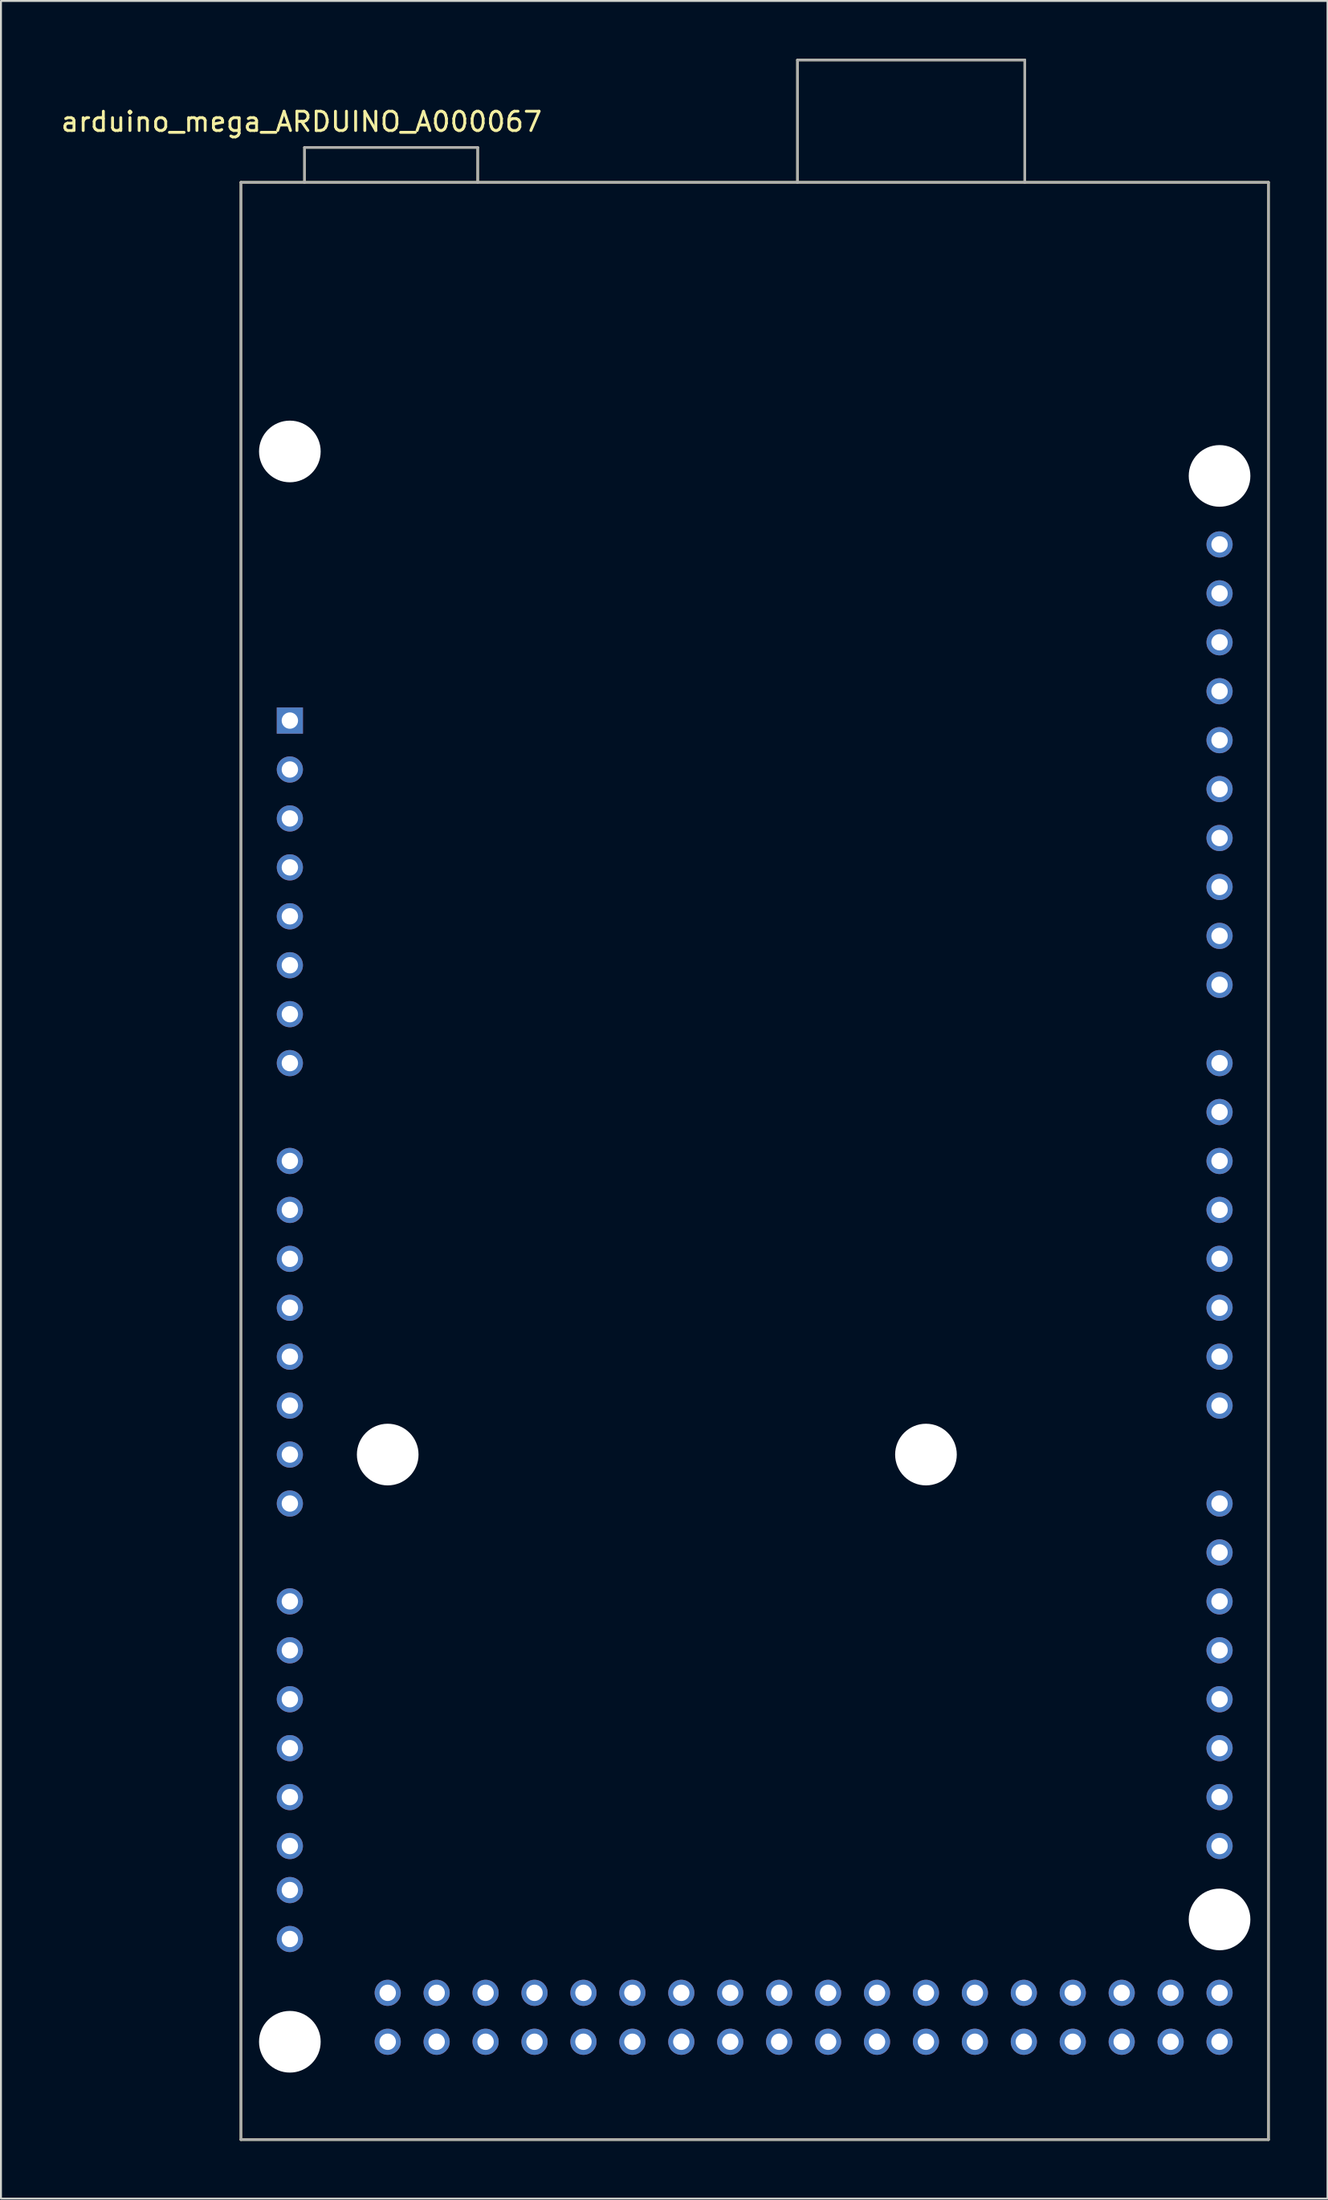
<source format=kicad_pcb>
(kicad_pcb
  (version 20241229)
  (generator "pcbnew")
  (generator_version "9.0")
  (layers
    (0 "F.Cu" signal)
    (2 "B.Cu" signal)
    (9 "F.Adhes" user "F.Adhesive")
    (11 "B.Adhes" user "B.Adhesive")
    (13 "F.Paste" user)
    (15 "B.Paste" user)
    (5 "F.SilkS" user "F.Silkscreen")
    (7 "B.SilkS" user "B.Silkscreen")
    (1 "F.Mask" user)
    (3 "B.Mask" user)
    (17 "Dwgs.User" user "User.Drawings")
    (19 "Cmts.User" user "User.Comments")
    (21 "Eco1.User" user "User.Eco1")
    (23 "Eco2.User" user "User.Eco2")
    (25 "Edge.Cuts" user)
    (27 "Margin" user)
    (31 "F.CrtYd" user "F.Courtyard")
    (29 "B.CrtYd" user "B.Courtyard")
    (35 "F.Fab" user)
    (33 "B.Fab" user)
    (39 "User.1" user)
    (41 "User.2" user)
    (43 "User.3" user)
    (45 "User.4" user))
  (footprint "arduino_mega_ARDUINO_A000067"
    (layer "F.Cu")
    (at 36.126 57.214)
    (property "Reference" "arduino_mega_ARDUINO_A000067" (at -23.525 -53.945 0) (layer "F.SilkS") (effects (font (size 1 1) (thickness 0.15))))
    (attr through_hole)
    (fp_line (start -26.67 -50.8) (end -23.37 -50.8) (stroke (width 0.127) (type solid)) (layer "F.SilkS"))
    (fp_line (start -26.67 50.8) (end -26.67 -50.8) (stroke (width 0.127) (type solid)) (layer "F.SilkS"))
    (fp_line (start -23.37 -52.61) (end -14.378 -52.61) (stroke (width 0.127) (type solid)) (layer "F.SilkS"))
    (fp_line (start -23.37 -50.8) (end -23.37 -52.61) (stroke (width 0.127) (type solid)) (layer "F.SilkS"))
    (fp_line (start -23.37 -50.8) (end -14.378 -50.8) (stroke (width 0.127) (type solid)) (layer "F.SilkS"))
    (fp_line (start -14.378 -52.61) (end -14.378 -50.8) (stroke (width 0.127) (type solid)) (layer "F.SilkS"))
    (fp_line (start -14.378 -50.8) (end 2.22 -50.8) (stroke (width 0.127) (type solid)) (layer "F.SilkS"))
    (fp_line (start 2.22 -57.15) (end 2.22 -50.8) (stroke (width 0.127) (type solid)) (layer "F.SilkS"))
    (fp_line (start 2.22 -50.8) (end 14.02 -50.8) (stroke (width 0.127) (type solid)) (layer "F.SilkS"))
    (fp_line (start 14.02 -57.15) (end 2.22 -57.15) (stroke (width 0.127) (type solid)) (layer "F.SilkS"))
    (fp_line (start 14.02 -50.8) (end 14.02 -57.15) (stroke (width 0.127) (type solid)) (layer "F.SilkS"))
    (fp_line (start 14.02 -50.8) (end 26.67 -50.8) (stroke (width 0.127) (type solid)) (layer "F.SilkS"))
    (fp_line (start 26.67 -50.8) (end 26.67 50.8) (stroke (width 0.127) (type solid)) (layer "F.SilkS"))
    (fp_line (start 26.67 50.8) (end -26.67 50.8) (stroke (width 0.127) (type solid)) (layer "F.SilkS"))
    (fp_line (start -26.67 -50.8) (end -23.37 -50.8) (stroke (width 0.127) (type solid)) (layer "F.Fab"))
    (fp_line (start -26.67 50.8) (end -26.67 -50.8) (stroke (width 0.127) (type solid)) (layer "F.Fab"))
    (fp_line (start -23.37 -52.61) (end -14.378 -52.61) (stroke (width 0.127) (type solid)) (layer "F.Fab"))
    (fp_line (start -23.37 -50.8) (end -23.37 -52.61) (stroke (width 0.127) (type solid)) (layer "F.Fab"))
    (fp_line (start -23.37 -50.8) (end -14.378 -50.8) (stroke (width 0.127) (type solid)) (layer "F.Fab"))
    (fp_line (start -14.378 -52.61) (end -14.378 -50.8) (stroke (width 0.127) (type solid)) (layer "F.Fab"))
    (fp_line (start -14.378 -50.8) (end 2.22 -50.8) (stroke (width 0.127) (type solid)) (layer "F.Fab"))
    (fp_line (start 2.22 -57.15) (end 2.22 -50.8) (stroke (width 0.127) (type solid)) (layer "F.Fab"))
    (fp_line (start 2.22 -50.8) (end 14.02 -50.8) (stroke (width 0.127) (type solid)) (layer "F.Fab"))
    (fp_line (start 14.02 -57.15) (end 2.22 -57.15) (stroke (width 0.127) (type solid)) (layer "F.Fab"))
    (fp_line (start 14.02 -50.8) (end 14.02 -57.15) (stroke (width 0.127) (type solid)) (layer "F.Fab"))
    (fp_line (start 14.02 -50.8) (end 26.67 -50.8) (stroke (width 0.127) (type solid)) (layer "F.Fab"))
    (fp_line (start 26.67 -50.8) (end 26.67 50.8) (stroke (width 0.127) (type solid)) (layer "F.Fab"))
    (fp_line (start 26.67 50.8) (end -26.67 50.8) (stroke (width 0.127) (type solid)) (layer "F.Fab"))
    (pad "" np_thru_hole circle (at -24.13 -36.83) (size 3.2 3.2) (drill 3.2) (layers "*.Cu" "*.Mask"))
    (pad "" np_thru_hole circle (at -24.13 45.72) (size 3.2 3.2) (drill 3.2) (layers "*.Cu" "*.Mask"))
    (pad "" np_thru_hole circle (at -19.05 15.24) (size 3.2 3.2) (drill 3.2) (layers "*.Cu" "*.Mask"))
    (pad "" np_thru_hole circle (at 8.89 15.24) (size 3.2 3.2) (drill 3.2) (layers "*.Cu" "*.Mask"))
    (pad "" np_thru_hole circle (at 24.13 -35.56) (size 3.2 3.2) (drill 3.2) (layers "*.Cu" "*.Mask"))
    (pad "" np_thru_hole circle (at 24.13 39.37) (size 3.2 3.2) (drill 3.2) (layers "*.Cu" "*.Mask"))
    (pad "0" thru_hole circle (at 24.13 12.7) (size 1.358 1.358) (drill 0.85) (layers "*.Cu" "*.Mask"))
    (pad "1" thru_hole circle (at 24.13 10.16) (size 1.358 1.358) (drill 0.85) (layers "*.Cu" "*.Mask"))
    (pad "2" thru_hole circle (at 24.13 7.62) (size 1.358 1.358) (drill 0.85) (layers "*.Cu" "*.Mask"))
    (pad "3" thru_hole circle (at 24.13 5.08) (size 1.358 1.358) (drill 0.85) (layers "*.Cu" "*.Mask"))
    (pad "3V3" thru_hole circle (at -24.13 -15.24) (size 1.358 1.358) (drill 0.85) (layers "*.Cu" "*.Mask"))
    (pad "4" thru_hole circle (at 24.13 2.54) (size 1.358 1.358) (drill 0.85) (layers "*.Cu" "*.Mask"))
    (pad "5" thru_hole circle (at 24.13 0) (size 1.358 1.358) (drill 0.85) (layers "*.Cu" "*.Mask"))
    (pad "5V_1" thru_hole circle (at -24.13 -12.7) (size 1.358 1.358) (drill 0.85) (layers "*.Cu" "*.Mask"))
    (pad "5V_2" thru_hole circle (at 24.13 43.18) (size 1.358 1.358) (drill 0.85) (layers "*.Cu" "*.Mask"))
    (pad "5V_3" thru_hole circle (at 24.13 45.72) (size 1.358 1.358) (drill 0.85) (layers "*.Cu" "*.Mask"))
    (pad "6" thru_hole circle (at 24.13 -2.54) (size 1.358 1.358) (drill 0.85) (layers "*.Cu" "*.Mask"))
    (pad "7" thru_hole circle (at 24.13 -5.08) (size 1.358 1.358) (drill 0.85) (layers "*.Cu" "*.Mask"))
    (pad "8" thru_hole circle (at 24.13 -9.144) (size 1.358 1.358) (drill 0.85) (layers "*.Cu" "*.Mask"))
    (pad "9" thru_hole circle (at 24.13 -11.684) (size 1.358 1.358) (drill 0.85) (layers "*.Cu" "*.Mask"))
    (pad "10" thru_hole circle (at 24.13 -14.224) (size 1.358 1.358) (drill 0.85) (layers "*.Cu" "*.Mask"))
    (pad "11" thru_hole circle (at 24.13 -16.764) (size 1.358 1.358) (drill 0.85) (layers "*.Cu" "*.Mask"))
    (pad "12" thru_hole circle (at 24.13 -19.304) (size 1.358 1.358) (drill 0.85) (layers "*.Cu" "*.Mask"))
    (pad "13" thru_hole circle (at 24.13 -21.844) (size 1.358 1.358) (drill 0.85) (layers "*.Cu" "*.Mask"))
    (pad "14" thru_hole circle (at 24.13 17.78) (size 1.358 1.358) (drill 0.85) (layers "*.Cu" "*.Mask"))
    (pad "15" thru_hole circle (at 24.13 20.32) (size 1.358 1.358) (drill 0.85) (layers "*.Cu" "*.Mask"))
    (pad "16" thru_hole circle (at 24.13 22.86) (size 1.358 1.358) (drill 0.85) (layers "*.Cu" "*.Mask"))
    (pad "17" thru_hole circle (at 24.13 25.4) (size 1.358 1.358) (drill 0.85) (layers "*.Cu" "*.Mask"))
    (pad "18" thru_hole circle (at 24.13 27.94) (size 1.358 1.358) (drill 0.85) (layers "*.Cu" "*.Mask"))
    (pad "19" thru_hole circle (at 24.13 30.48) (size 1.358 1.358) (drill 0.85) (layers "*.Cu" "*.Mask"))
    (pad "20" thru_hole circle (at 24.13 33.02) (size 1.358 1.358) (drill 0.85) (layers "*.Cu" "*.Mask"))
    (pad "21" thru_hole circle (at 24.13 35.56) (size 1.358 1.358) (drill 0.85) (layers "*.Cu" "*.Mask"))
    (pad "22" thru_hole circle (at 21.59 43.18) (size 1.358 1.358) (drill 0.85) (layers "*.Cu" "*.Mask"))
    (pad "23" thru_hole circle (at 21.59 45.72) (size 1.358 1.358) (drill 0.85) (layers "*.Cu" "*.Mask"))
    (pad "24" thru_hole circle (at 19.05 43.18) (size 1.358 1.358) (drill 0.85) (layers "*.Cu" "*.Mask"))
    (pad "25" thru_hole circle (at 19.05 45.72) (size 1.358 1.358) (drill 0.85) (layers "*.Cu" "*.Mask"))
    (pad "26" thru_hole circle (at 16.51 43.18) (size 1.358 1.358) (drill 0.85) (layers "*.Cu" "*.Mask"))
    (pad "27" thru_hole circle (at 16.51 45.72) (size 1.358 1.358) (drill 0.85) (layers "*.Cu" "*.Mask"))
    (pad "28" thru_hole circle (at 13.97 43.18) (size 1.358 1.358) (drill 0.85) (layers "*.Cu" "*.Mask"))
    (pad "29" thru_hole circle (at 13.97 45.72) (size 1.358 1.358) (drill 0.85) (layers "*.Cu" "*.Mask"))
    (pad "30" thru_hole circle (at 11.43 43.18) (size 1.358 1.358) (drill 0.85) (layers "*.Cu" "*.Mask"))
    (pad "31" thru_hole circle (at 11.43 45.72) (size 1.358 1.358) (drill 0.85) (layers "*.Cu" "*.Mask"))
    (pad "32" thru_hole circle (at 8.89 43.18) (size 1.358 1.358) (drill 0.85) (layers "*.Cu" "*.Mask"))
    (pad "33" thru_hole circle (at 8.89 45.72) (size 1.358 1.358) (drill 0.85) (layers "*.Cu" "*.Mask"))
    (pad "34" thru_hole circle (at 6.35 43.18) (size 1.358 1.358) (drill 0.85) (layers "*.Cu" "*.Mask"))
    (pad "35" thru_hole circle (at 6.35 45.72) (size 1.358 1.358) (drill 0.85) (layers "*.Cu" "*.Mask"))
    (pad "36" thru_hole circle (at 3.81 43.18) (size 1.358 1.358) (drill 0.85) (layers "*.Cu" "*.Mask"))
    (pad "37" thru_hole circle (at 3.81 45.72) (size 1.358 1.358) (drill 0.85) (layers "*.Cu" "*.Mask"))
    (pad "38" thru_hole circle (at 1.27 43.18) (size 1.358 1.358) (drill 0.85) (layers "*.Cu" "*.Mask"))
    (pad "39" thru_hole circle (at 1.27 45.72) (size 1.358 1.358) (drill 0.85) (layers "*.Cu" "*.Mask"))
    (pad "40" thru_hole circle (at -1.27 43.18) (size 1.358 1.358) (drill 0.85) (layers "*.Cu" "*.Mask"))
    (pad "41" thru_hole circle (at -1.27 45.72) (size 1.358 1.358) (drill 0.85) (layers "*.Cu" "*.Mask"))
    (pad "42" thru_hole circle (at -3.81 43.18) (size 1.358 1.358) (drill 0.85) (layers "*.Cu" "*.Mask"))
    (pad "43" thru_hole circle (at -3.81 45.72) (size 1.358 1.358) (drill 0.85) (layers "*.Cu" "*.Mask"))
    (pad "44" thru_hole circle (at -6.35 43.18) (size 1.358 1.358) (drill 0.85) (layers "*.Cu" "*.Mask"))
    (pad "45" thru_hole circle (at -6.35 45.72) (size 1.358 1.358) (drill 0.85) (layers "*.Cu" "*.Mask"))
    (pad "46" thru_hole circle (at -8.89 43.18) (size 1.358 1.358) (drill 0.85) (layers "*.Cu" "*.Mask"))
    (pad "47" thru_hole circle (at -8.89 45.72) (size 1.358 1.358) (drill 0.85) (layers "*.Cu" "*.Mask"))
    (pad "48" thru_hole circle (at -11.43 43.18) (size 1.358 1.358) (drill 0.85) (layers "*.Cu" "*.Mask"))
    (pad "49" thru_hole circle (at -11.43 45.72) (size 1.358 1.358) (drill 0.85) (layers "*.Cu" "*.Mask"))
    (pad "50" thru_hole circle (at -13.97 43.18) (size 1.358 1.358) (drill 0.85) (layers "*.Cu" "*.Mask"))
    (pad "51" thru_hole circle (at -13.97 45.72) (size 1.358 1.358) (drill 0.85) (layers "*.Cu" "*.Mask"))
    (pad "52" thru_hole circle (at -16.51 43.18) (size 1.358 1.358) (drill 0.85) (layers "*.Cu" "*.Mask"))
    (pad "53" thru_hole circle (at -16.51 45.72) (size 1.358 1.358) (drill 0.85) (layers "*.Cu" "*.Mask"))
    (pad "AD0" thru_hole circle (at -24.13 0) (size 1.358 1.358) (drill 0.85) (layers "*.Cu" "*.Mask"))
    (pad "AD1" thru_hole circle (at -24.13 2.54) (size 1.358 1.358) (drill 0.85) (layers "*.Cu" "*.Mask"))
    (pad "AD2" thru_hole circle (at -24.13 5.08) (size 1.358 1.358) (drill 0.85) (layers "*.Cu" "*.Mask"))
    (pad "AD3" thru_hole circle (at -24.13 7.62) (size 1.358 1.358) (drill 0.85) (layers "*.Cu" "*.Mask"))
    (pad "AD4" thru_hole circle (at -24.13 10.16) (size 1.358 1.358) (drill 0.85) (layers "*.Cu" "*.Mask"))
    (pad "AD5" thru_hole circle (at -24.13 12.7) (size 1.358 1.358) (drill 0.85) (layers "*.Cu" "*.Mask"))
    (pad "AD6" thru_hole circle (at -24.13 15.24) (size 1.358 1.358) (drill 0.85) (layers "*.Cu" "*.Mask"))
    (pad "AD7" thru_hole circle (at -24.13 17.78) (size 1.358 1.358) (drill 0.85) (layers "*.Cu" "*.Mask"))
    (pad "AD8" thru_hole circle (at -24.13 22.86) (size 1.358 1.358) (drill 0.85) (layers "*.Cu" "*.Mask"))
    (pad "AD9" thru_hole circle (at -24.13 25.4) (size 1.358 1.358) (drill 0.85) (layers "*.Cu" "*.Mask"))
    (pad "AD10" thru_hole circle (at -24.13 27.94) (size 1.358 1.358) (drill 0.85) (layers "*.Cu" "*.Mask"))
    (pad "AD11" thru_hole circle (at -24.13 30.48) (size 1.358 1.358) (drill 0.85) (layers "*.Cu" "*.Mask"))
    (pad "AD12" thru_hole circle (at -24.13 33.02) (size 1.358 1.358) (drill 0.85) (layers "*.Cu" "*.Mask"))
    (pad "AD13" thru_hole circle (at -24.13 35.56) (size 1.358 1.358) (drill 0.85) (layers "*.Cu" "*.Mask"))
    (pad "AD14" thru_hole circle (at -24.13 37.846) (size 1.358 1.358) (drill 0.85) (layers "*.Cu" "*.Mask"))
    (pad "AD15" thru_hole circle (at -24.13 40.386) (size 1.358 1.358) (drill 0.85) (layers "*.Cu" "*.Mask"))
    (pad "AREF" thru_hole circle (at 24.13 -26.924) (size 1.358 1.358) (drill 0.85) (layers "*.Cu" "*.Mask"))
    (pad "GND1" thru_hole circle (at -24.13 -10.16) (size 1.358 1.358) (drill 0.85) (layers "*.Cu" "*.Mask"))
    (pad "GND2" thru_hole circle (at -24.13 -7.62) (size 1.358 1.358) (drill 0.85) (layers "*.Cu" "*.Mask"))
    (pad "GND3" thru_hole circle (at 24.13 -24.384) (size 1.358 1.358) (drill 0.85) (layers "*.Cu" "*.Mask"))
    (pad "GND4" thru_hole circle (at -19.05 43.18) (size 1.358 1.358) (drill 0.85) (layers "*.Cu" "*.Mask"))
    (pad "GND5" thru_hole circle (at -19.05 45.72) (size 1.358 1.358) (drill 0.85) (layers "*.Cu" "*.Mask"))
    (pad "IOREF" thru_hole circle (at -24.13 -20.32) (size 1.358 1.358) (drill 0.85) (layers "*.Cu" "*.Mask"))
    (pad "NC" thru_hole rect (at -24.13 -22.86) (size 1.358 1.358) (drill 0.85) (layers "*.Cu" "*.Mask"))
    (pad "RESET" thru_hole circle (at -24.13 -17.78) (size 1.358 1.358) (drill 0.85) (layers "*.Cu" "*.Mask"))
    (pad "SCL" thru_hole circle (at 24.13 -32.004) (size 1.358 1.358) (drill 0.85) (layers "*.Cu" "*.Mask"))
    (pad "SDA" thru_hole circle (at 24.13 -29.464) (size 1.358 1.358) (drill 0.85) (layers "*.Cu" "*.Mask"))
    (pad "VIN" thru_hole circle (at -24.13 -5.08) (size 1.358 1.358) (drill 0.85) (layers "*.Cu" "*.Mask")))
  (gr_rect
    (start -3 -3)
    (end 65.86 111.077)
    (stroke (width 0.1) (type default))
    (fill no)
    (layer "Edge.Cuts")))
</source>
